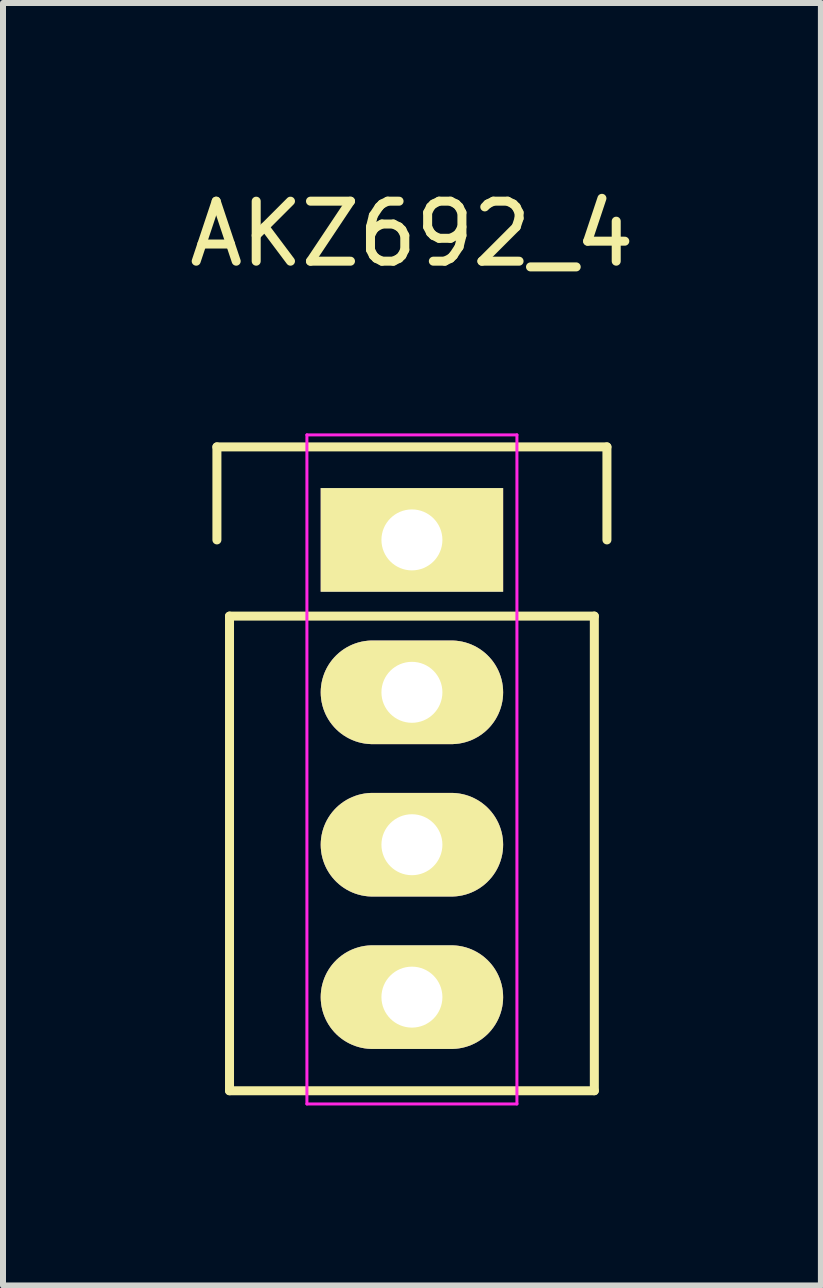
<source format=kicad_pcb>
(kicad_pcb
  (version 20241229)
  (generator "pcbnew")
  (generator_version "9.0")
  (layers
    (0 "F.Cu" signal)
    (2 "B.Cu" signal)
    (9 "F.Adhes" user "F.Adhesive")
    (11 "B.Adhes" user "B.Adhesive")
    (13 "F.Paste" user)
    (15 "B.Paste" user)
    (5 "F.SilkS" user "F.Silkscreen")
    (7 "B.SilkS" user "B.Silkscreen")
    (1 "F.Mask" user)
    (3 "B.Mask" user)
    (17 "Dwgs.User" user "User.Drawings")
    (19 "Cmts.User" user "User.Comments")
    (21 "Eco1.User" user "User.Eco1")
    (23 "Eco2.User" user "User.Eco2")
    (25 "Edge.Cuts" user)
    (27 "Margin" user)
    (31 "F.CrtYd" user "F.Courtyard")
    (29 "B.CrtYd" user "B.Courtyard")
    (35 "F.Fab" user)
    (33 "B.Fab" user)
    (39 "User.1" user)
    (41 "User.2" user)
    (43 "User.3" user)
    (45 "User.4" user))
  (footprint "AKZ692_4"
    (layer "F.Cu")
    (at 3.815 5.948)
    (property "Reference" "AKZ692_4" (at 0 -5.1 0) (layer "F.SilkS") (effects (font (size 1 1) (thickness 0.15))))
    (attr through_hole)
    (fp_line (start -3.25 -1.55) (end 3.25 -1.55) (stroke (width 0.15) (type solid)) (layer "F.SilkS"))
    (fp_line (start -3.25 0) (end -3.25 -1.55) (stroke (width 0.15) (type solid)) (layer "F.SilkS"))
    (fp_line (start -3.04 1.27) (end -3.04 9.18) (stroke (width 0.15) (type solid)) (layer "F.SilkS"))
    (fp_line (start -3.04 9.18) (end 3.04 9.18) (stroke (width 0.15) (type solid)) (layer "F.SilkS"))
    (fp_line (start 3.04 1.27) (end -3.04 1.27) (stroke (width 0.15) (type solid)) (layer "F.SilkS"))
    (fp_line (start 3.04 1.27) (end 3.04 9.18) (stroke (width 0.15) (type solid)) (layer "F.SilkS"))
    (fp_line (start 3.25 -1.55) (end 3.25 0) (stroke (width 0.15) (type solid)) (layer "F.SilkS"))
    (fp_line (start -1.75 -1.75) (end -1.75 9.4) (stroke (width 0.05) (type solid)) (layer "F.CrtYd"))
    (fp_line (start -1.75 -1.75) (end 1.75 -1.75) (stroke (width 0.05) (type solid)) (layer "F.CrtYd"))
    (fp_line (start -1.75 9.4) (end 1.75 9.4) (stroke (width 0.05) (type solid)) (layer "F.CrtYd"))
    (fp_line (start 1.75 -1.75) (end 1.75 9.4) (stroke (width 0.05) (type solid)) (layer "F.CrtYd"))
    (pad "1" thru_hole rect (at 0 0) (size 3.04 1.727) (drill 1.016) (layers "*.Cu" "*.Mask" "F.SilkS"))
    (pad "2" thru_hole oval (at 0 2.54) (size 3.04 1.727) (drill 1.016) (layers "*.Cu" "*.Mask" "F.SilkS"))
    (pad "3" thru_hole oval (at 0 5.08) (size 3.04 1.727) (drill 1.016) (layers "*.Cu" "*.Mask" "F.SilkS"))
    (pad "4" thru_hole oval (at 0 7.62) (size 3.04 1.727) (drill 1.016) (layers "*.Cu" "*.Mask" "F.SilkS")))
  (gr_rect
    (start -3 -3)
    (end 10.631 18.373)
    (stroke (width 0.1) (type default))
    (fill no)
    (layer "Edge.Cuts")))
</source>
